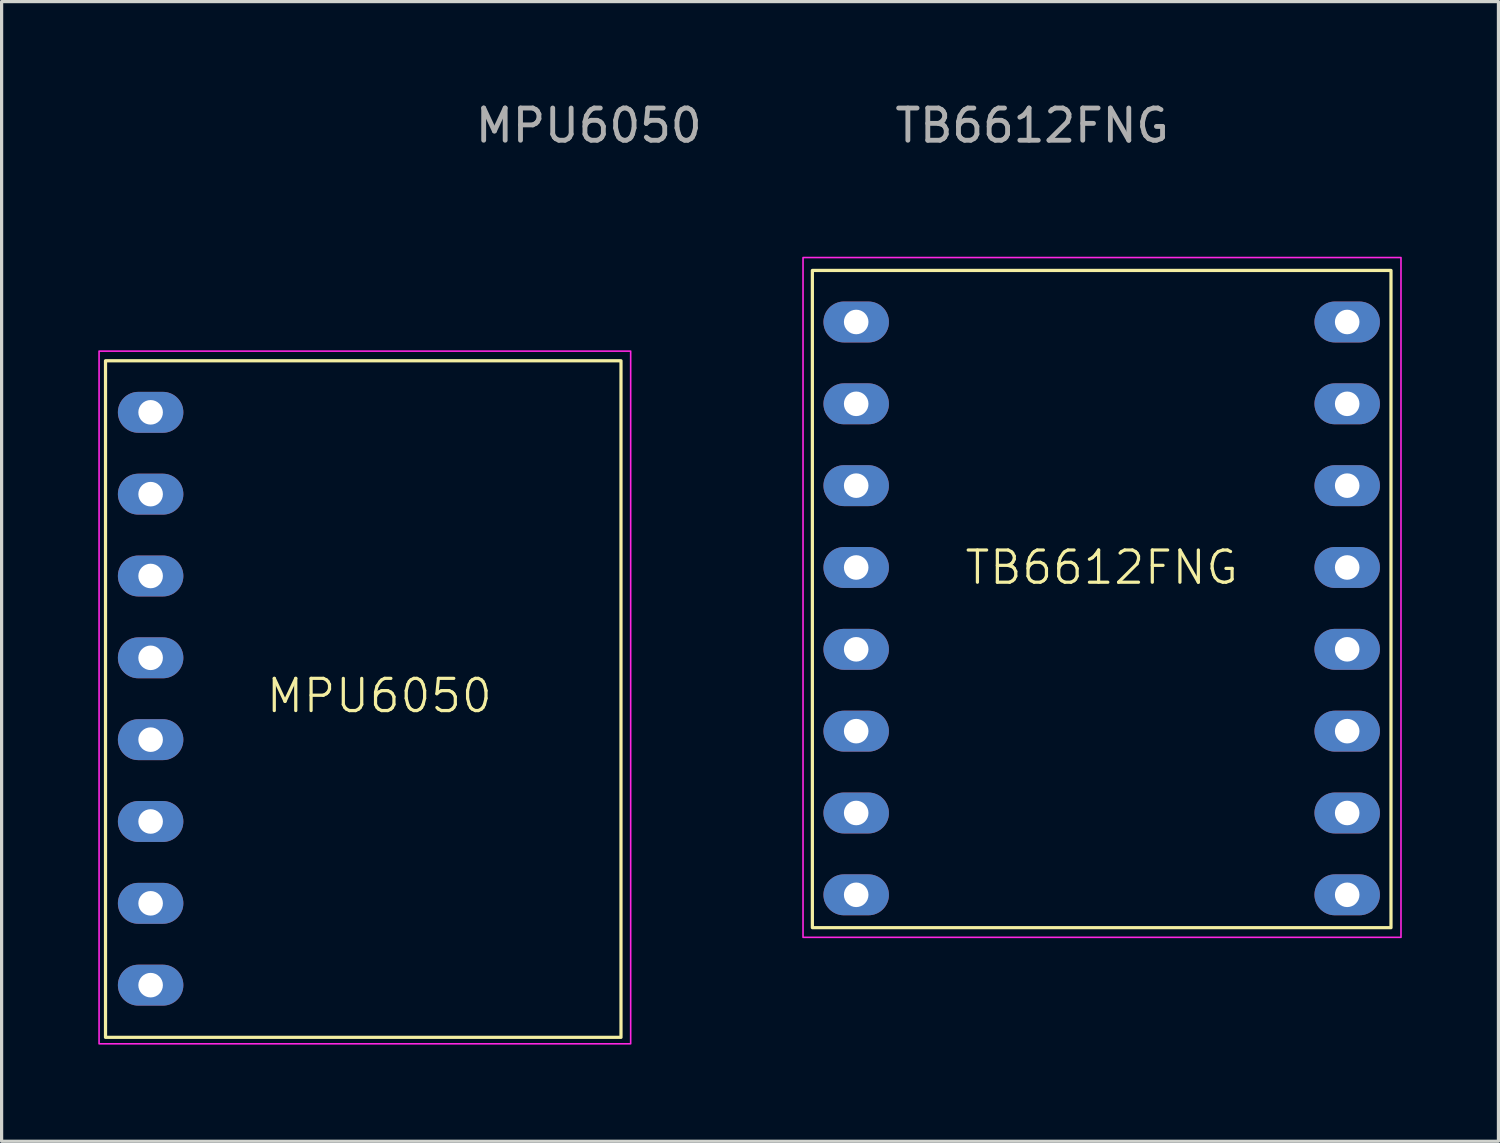
<source format=kicad_pcb>
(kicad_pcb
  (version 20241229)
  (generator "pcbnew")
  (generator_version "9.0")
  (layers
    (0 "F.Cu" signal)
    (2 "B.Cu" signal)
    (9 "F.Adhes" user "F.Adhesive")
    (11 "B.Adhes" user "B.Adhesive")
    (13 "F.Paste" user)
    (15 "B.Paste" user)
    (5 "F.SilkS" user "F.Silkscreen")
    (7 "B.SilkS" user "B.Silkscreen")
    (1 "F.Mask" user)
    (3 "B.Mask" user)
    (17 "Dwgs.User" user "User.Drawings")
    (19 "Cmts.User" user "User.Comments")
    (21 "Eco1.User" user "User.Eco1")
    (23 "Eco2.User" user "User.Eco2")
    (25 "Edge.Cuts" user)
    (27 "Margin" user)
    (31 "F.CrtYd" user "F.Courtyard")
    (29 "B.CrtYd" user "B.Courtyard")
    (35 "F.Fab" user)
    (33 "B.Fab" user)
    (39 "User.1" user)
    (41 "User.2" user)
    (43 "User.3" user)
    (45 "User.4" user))
  (footprint "TB6612FNG"
    (layer "F.Cu")
    (at 23.525 6.944)
    (property "Reference" "TB6612FNG" (at 7.62 7.62 0) (unlocked yes) (layer "F.SilkS") (effects (font (size 1 1) (thickness 0.1))))
    (attr through_hole)
    (fp_rect (start -1.36 -1.6) (end 16.6 18.8) (stroke (width 0.1) (type default)) (fill no) (layer "F.SilkS"))
    (fp_rect (start -1.65 -2) (end 16.91 19.1) (stroke (width 0.05) (type default)) (fill no) (layer "F.CrtYd"))
    (fp_text user "${REFERENCE}" (at 5.461 -6.096 0) (unlocked yes) (layer "F.Fab") (effects (font (size 1 1) (thickness 0.15))))
    (pad "1" thru_hole oval (at 0 0) (size 2.032 1.27) (drill 0.762) (layers "*.Cu" "*.Mask"))
    (pad "2" thru_hole oval (at 0 2.54) (size 2.032 1.27) (drill 0.762) (layers "*.Cu" "*.Mask"))
    (pad "3" thru_hole oval (at 0 5.08) (size 2.032 1.27) (drill 0.762) (layers "*.Cu" "*.Mask"))
    (pad "4" thru_hole oval (at 0 7.62) (size 2.032 1.27) (drill 0.762) (layers "*.Cu" "*.Mask"))
    (pad "5" thru_hole oval (at 0 10.16) (size 2.032 1.27) (drill 0.762) (layers "*.Cu" "*.Mask"))
    (pad "6" thru_hole oval (at 0 12.7) (size 2.032 1.27) (drill 0.762) (layers "*.Cu" "*.Mask"))
    (pad "7" thru_hole oval (at 0 15.24) (size 2.032 1.27) (drill 0.762) (layers "*.Cu" "*.Mask"))
    (pad "8" thru_hole oval (at 0 17.78) (size 2.032 1.27) (drill 0.762) (layers "*.Cu" "*.Mask"))
    (pad "9" thru_hole oval (at 15.24 17.78) (size 2.032 1.27) (drill 0.762) (layers "*.Cu" "*.Mask"))
    (pad "10" thru_hole oval (at 15.24 15.24) (size 2.032 1.27) (drill 0.762) (layers "*.Cu" "*.Mask"))
    (pad "11" thru_hole oval (at 15.24 12.7) (size 2.032 1.27) (drill 0.762) (layers "*.Cu" "*.Mask"))
    (pad "12" thru_hole oval (at 15.24 10.16) (size 2.032 1.27) (drill 0.762) (layers "*.Cu" "*.Mask"))
    (pad "13" thru_hole oval (at 15.24 7.62) (size 2.032 1.27) (drill 0.762) (layers "*.Cu" "*.Mask"))
    (pad "14" thru_hole oval (at 15.24 5.08) (size 2.032 1.27) (drill 0.762) (layers "*.Cu" "*.Mask"))
    (pad "15" thru_hole oval (at 15.24 2.54) (size 2.032 1.27) (drill 0.762) (layers "*.Cu" "*.Mask"))
    (pad "16" thru_hole oval (at 15.24 0) (size 2.032 1.27) (drill 0.762) (layers "*.Cu" "*.Mask")))
  (footprint "MPU6050"
    (layer "F.Cu")
    (at 1.625 9.748)
    (property "Reference" "MPU6050" (at 7.1 8.8 0) (unlocked yes) (layer "F.SilkS") (effects (font (size 1 1) (thickness 0.1))))
    (attr through_hole)
    (fp_rect (start -1.4 -1.6) (end 14.6 19.4) (stroke (width 0.1) (type default)) (fill no) (layer "F.SilkS"))
    (fp_rect (start -1.6 -1.9) (end 14.9 19.6) (stroke (width 0.05) (type default)) (fill no) (layer "F.CrtYd"))
    (fp_text user "${REFERENCE}" (at 13.6 -8.9 0) (unlocked yes) (layer "F.Fab") (effects (font (size 1 1) (thickness 0.15))))
    (pad "1" thru_hole oval (at 0 0) (size 2.032 1.27) (drill 0.762) (layers "*.Cu" "*.Mask"))
    (pad "2" thru_hole oval (at 0 2.54) (size 2.032 1.27) (drill 0.762) (layers "*.Cu" "*.Mask"))
    (pad "3" thru_hole oval (at 0 5.08) (size 2.032 1.27) (drill 0.762) (layers "*.Cu" "*.Mask"))
    (pad "4" thru_hole oval (at 0 7.62) (size 2.032 1.27) (drill 0.762) (layers "*.Cu" "*.Mask"))
    (pad "5" thru_hole oval (at 0 10.16) (size 2.032 1.27) (drill 0.762) (layers "*.Cu" "*.Mask"))
    (pad "6" thru_hole oval (at 0 12.7) (size 2.032 1.27) (drill 0.762) (layers "*.Cu" "*.Mask"))
    (pad "7" thru_hole oval (at 0 15.24) (size 2.032 1.27) (drill 0.762) (layers "*.Cu" "*.Mask"))
    (pad "8" thru_hole oval (at 0 17.78) (size 2.032 1.27) (drill 0.762) (layers "*.Cu" "*.Mask")))
  (gr_rect
    (start -3 -3)
    (end 43.46 32.373)
    (stroke (width 0.1) (type default))
    (fill no)
    (layer "Edge.Cuts")))
</source>
